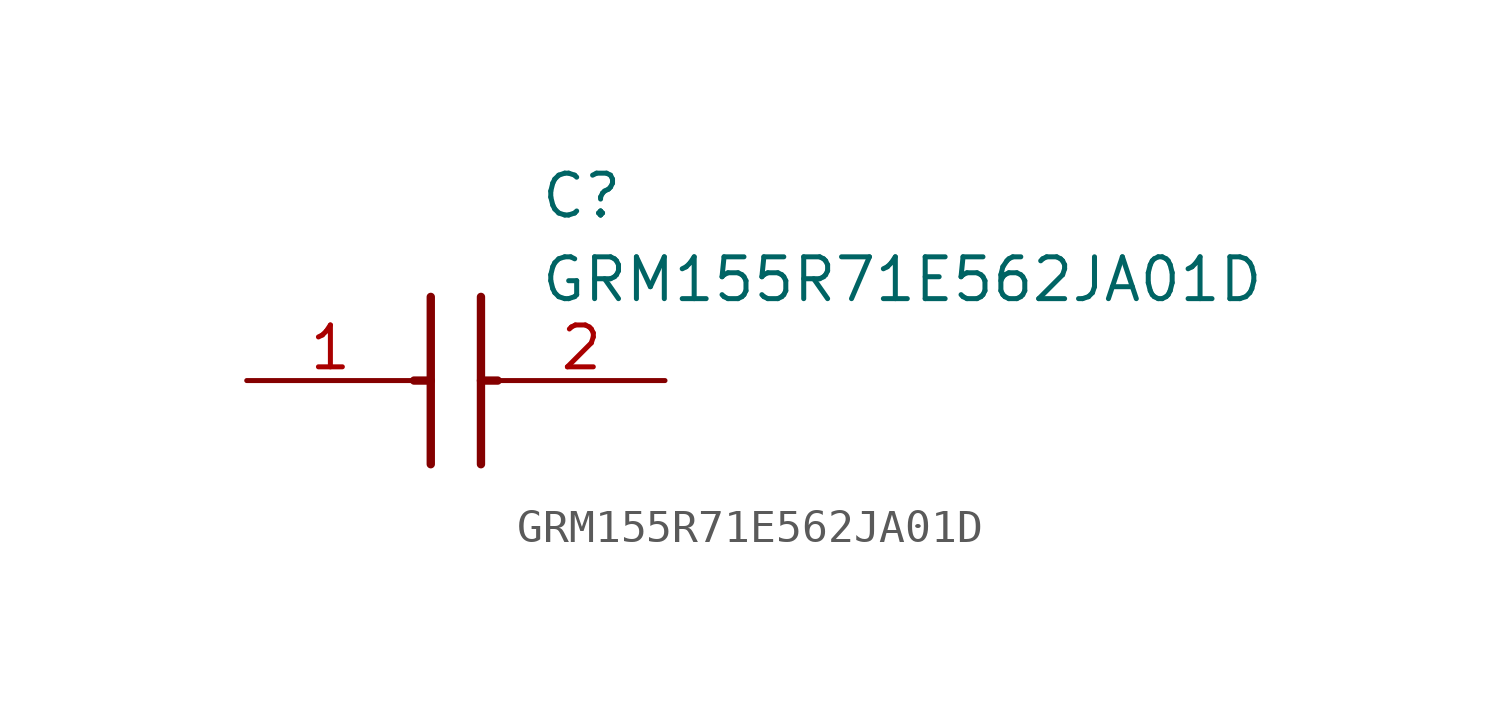
<source format=kicad_sym>
(kicad_symbol_lib
  (version 20211014)
  (generator SamacSys_ECAD_Model)
  (symbol "GRM155R71E562JA01D"
    (pin_names hide)
    (property "Reference" "C"
      (at 8.89 6.35 0)
      (effects (font (size 1.27 1.27)) (justify left top)))
    (property "Value" "GRM155R71E562JA01D"
      (at 8.89 3.81 0)
      (effects (font (size 1.27 1.27)) (justify left top)))
    (polyline
      (pts (xy 5.588 2.54) (xy 5.588 -2.54))
      (stroke (width 0.254) (type default))
      (fill (type none)))
    (polyline
      (pts (xy 7.112 2.54) (xy 7.112 -2.54))
      (stroke (width 0.254) (type default))
      (fill (type none)))
    (polyline
      (pts (xy 5.08 0) (xy 5.588 0))
      (stroke (width 0.254) (type default))
      (fill (type none)))
    (polyline
      (pts (xy 7.112 0) (xy 7.62 0))
      (stroke (width 0.254) (type default))
      (fill (type none)))
    (pin passive line
      (at 0 0 0)
      (length 5.08)
      (name "1" (effects (font (size 1.27 1.27))))
      (number "1" (effects (font (size 1.27 1.27)))))
    (pin passive line
      (at 12.7 0 180)
      (length 5.08)
      (name "2" (effects (font (size 1.27 1.27))))
      (number "2" (effects (font (size 1.27 1.27)))))))
</source>
